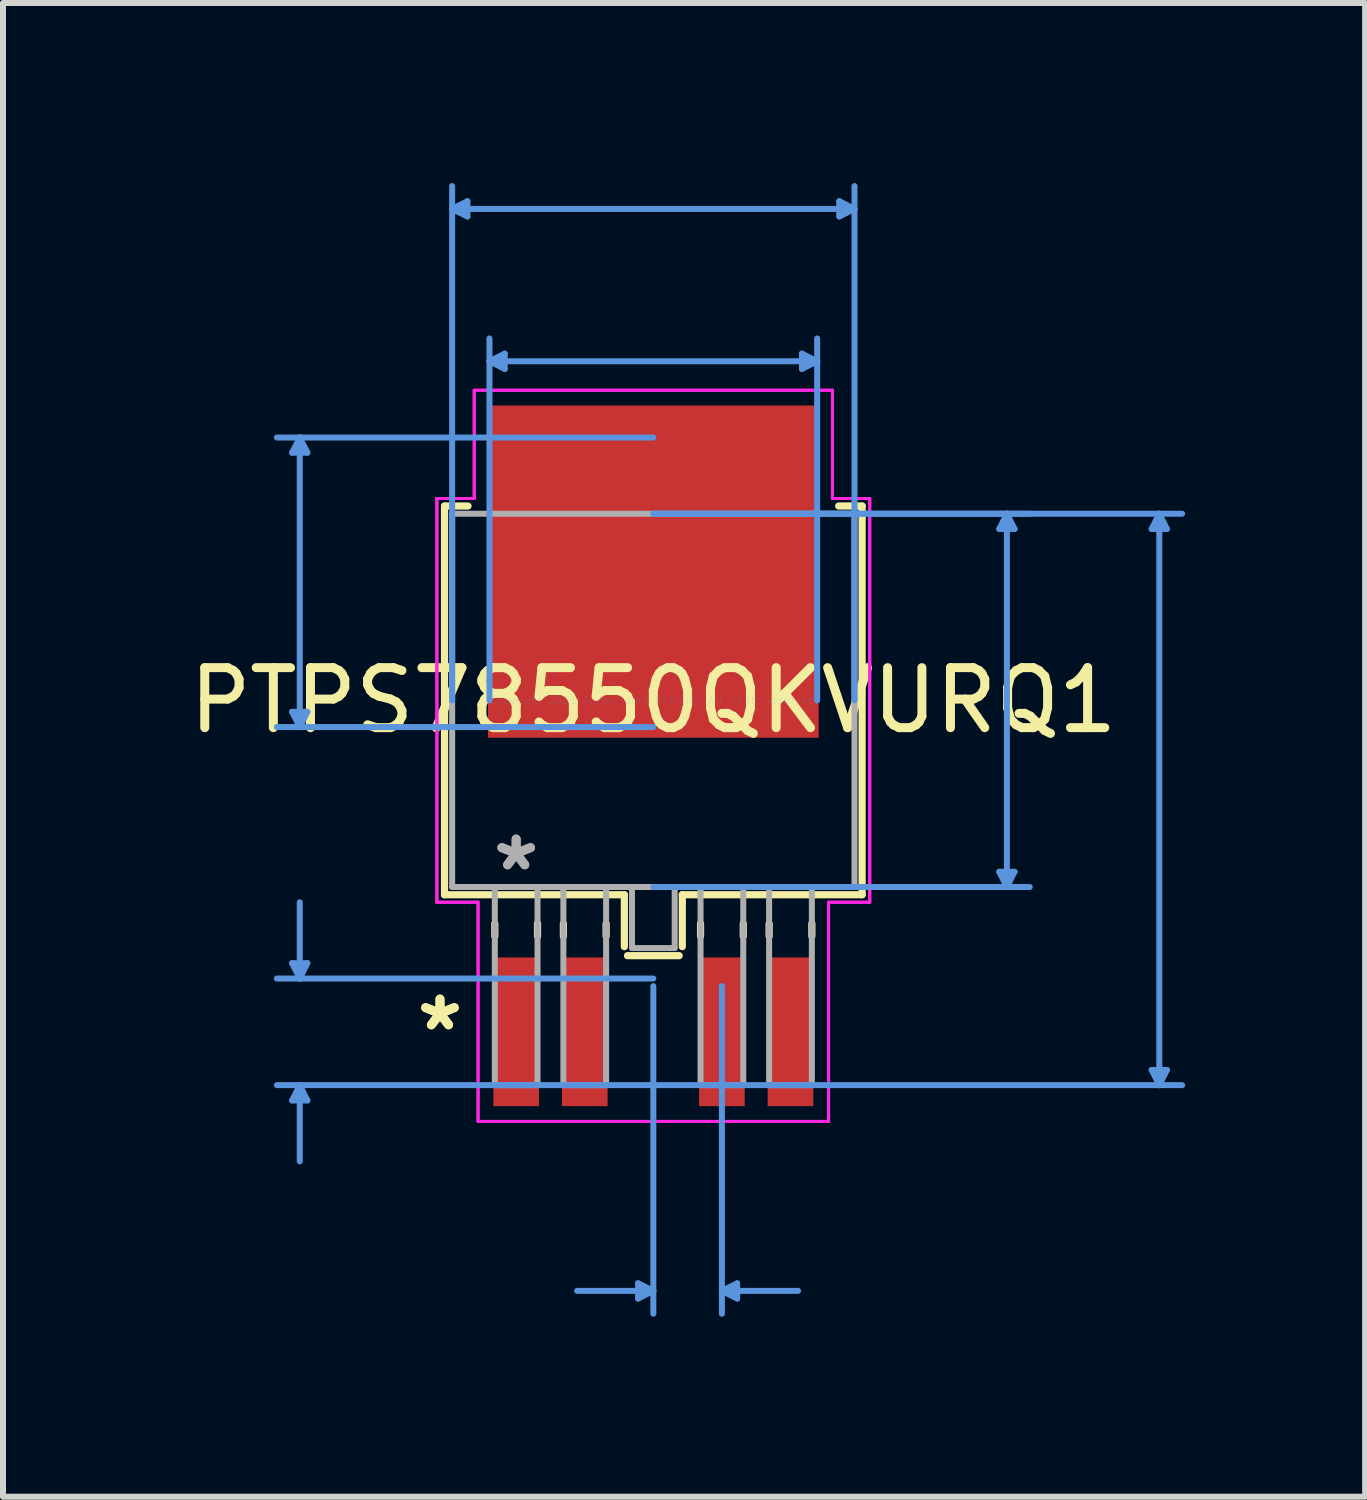
<source format=kicad_pcb>
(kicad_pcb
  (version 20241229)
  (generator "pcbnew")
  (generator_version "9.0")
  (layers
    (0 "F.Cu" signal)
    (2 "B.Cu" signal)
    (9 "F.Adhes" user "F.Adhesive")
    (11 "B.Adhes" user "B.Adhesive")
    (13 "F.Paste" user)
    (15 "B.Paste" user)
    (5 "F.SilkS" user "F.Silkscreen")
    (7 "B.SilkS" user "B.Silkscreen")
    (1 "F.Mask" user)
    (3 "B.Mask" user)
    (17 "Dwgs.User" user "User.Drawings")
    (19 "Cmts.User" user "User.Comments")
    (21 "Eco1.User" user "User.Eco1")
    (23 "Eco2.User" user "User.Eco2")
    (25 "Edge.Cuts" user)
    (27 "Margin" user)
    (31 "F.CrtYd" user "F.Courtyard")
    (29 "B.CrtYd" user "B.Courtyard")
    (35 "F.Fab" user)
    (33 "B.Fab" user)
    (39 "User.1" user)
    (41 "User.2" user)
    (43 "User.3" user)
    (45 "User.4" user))
  (footprint "PTPS78550QKVURQ1"
    (layer "F.Cu")
    (at 7.839 8.623)
    (property "Reference" "PTPS78550QKVURQ1" (at 0 0 0) (layer "F.SilkS") (effects (font (size 1 1) (thickness 0.15))))
    (attr through_hole)
    (fp_line (start -3.48 -3.239) (end -3.48 3.239) (stroke (width 0.12) (type solid)) (layer "F.SilkS"))
    (fp_line (start -3.48 3.239) (end -0.483 3.239) (stroke (width 0.12) (type solid)) (layer "F.SilkS"))
    (fp_line (start -3.089 -3.239) (end -3.48 -3.239) (stroke (width 0.12) (type solid)) (layer "F.SilkS"))
    (fp_line (start -2.642 3.721) (end -2.642 3.93) (stroke (width 0.12) (type solid)) (layer "F.SilkS"))
    (fp_line (start -1.93 3.721) (end -1.93 3.93) (stroke (width 0.12) (type solid)) (layer "F.SilkS"))
    (fp_line (start -1.499 3.721) (end -1.499 3.93) (stroke (width 0.12) (type solid)) (layer "F.SilkS"))
    (fp_line (start -0.787 3.721) (end -0.787 3.93) (stroke (width 0.12) (type solid)) (layer "F.SilkS"))
    (fp_line (start -0.483 3.239) (end -0.483 4.105) (stroke (width 0.12) (type solid)) (layer "F.SilkS"))
    (fp_line (start -0.431 4.255) (end 0.431 4.255) (stroke (width 0.12) (type solid)) (layer "F.SilkS"))
    (fp_line (start 0.483 3.239) (end 3.48 3.239) (stroke (width 0.12) (type solid)) (layer "F.SilkS"))
    (fp_line (start 0.483 4.105) (end 0.483 3.239) (stroke (width 0.12) (type solid)) (layer "F.SilkS"))
    (fp_line (start 0.787 3.721) (end 0.787 3.93) (stroke (width 0.12) (type solid)) (layer "F.SilkS"))
    (fp_line (start 1.499 3.721) (end 1.499 3.93) (stroke (width 0.12) (type solid)) (layer "F.SilkS"))
    (fp_line (start 1.93 3.721) (end 1.93 3.93) (stroke (width 0.12) (type solid)) (layer "F.SilkS"))
    (fp_line (start 2.642 3.721) (end 2.642 3.93) (stroke (width 0.12) (type solid)) (layer "F.SilkS"))
    (fp_line (start 3.48 -3.239) (end 3.089 -3.239) (stroke (width 0.12) (type solid)) (layer "F.SilkS"))
    (fp_line (start 3.48 3.239) (end 3.48 -3.239) (stroke (width 0.12) (type solid)) (layer "F.SilkS"))
    (fp_line (start -6.02 -4.128) (end -5.766 -4.128) (stroke (width 0.1) (type solid)) (layer "Cmts.User"))
    (fp_line (start -6.02 0.191) (end -5.766 0.191) (stroke (width 0.1) (type solid)) (layer "Cmts.User"))
    (fp_line (start -6.02 4.381) (end -5.766 4.381) (stroke (width 0.1) (type solid)) (layer "Cmts.User"))
    (fp_line (start -6.02 6.668) (end -5.766 6.668) (stroke (width 0.1) (type solid)) (layer "Cmts.User"))
    (fp_line (start -5.893 -4.381) (end -6.02 -4.128) (stroke (width 0.1) (type solid)) (layer "Cmts.User"))
    (fp_line (start -5.893 -4.381) (end -5.893 0.445) (stroke (width 0.1) (type solid)) (layer "Cmts.User"))
    (fp_line (start -5.893 -4.381) (end -5.766 -4.128) (stroke (width 0.1) (type solid)) (layer "Cmts.User"))
    (fp_line (start -5.893 0.445) (end -6.02 0.191) (stroke (width 0.1) (type solid)) (layer "Cmts.User"))
    (fp_line (start -5.893 0.445) (end -5.766 0.191) (stroke (width 0.1) (type solid)) (layer "Cmts.User"))
    (fp_line (start -5.893 4.636) (end -6.02 4.381) (stroke (width 0.1) (type solid)) (layer "Cmts.User"))
    (fp_line (start -5.893 4.636) (end -5.893 3.365) (stroke (width 0.1) (type solid)) (layer "Cmts.User"))
    (fp_line (start -5.893 4.636) (end -5.766 4.381) (stroke (width 0.1) (type solid)) (layer "Cmts.User"))
    (fp_line (start -5.893 6.413) (end -6.02 6.668) (stroke (width 0.1) (type solid)) (layer "Cmts.User"))
    (fp_line (start -5.893 6.413) (end -5.893 7.684) (stroke (width 0.1) (type solid)) (layer "Cmts.User"))
    (fp_line (start -5.893 6.413) (end -5.766 6.668) (stroke (width 0.1) (type solid)) (layer "Cmts.User"))
    (fp_line (start -3.353 -8.191) (end -3.099 -8.319) (stroke (width 0.1) (type solid)) (layer "Cmts.User"))
    (fp_line (start -3.353 -8.191) (end -3.099 -8.065) (stroke (width 0.1) (type solid)) (layer "Cmts.User"))
    (fp_line (start -3.353 -8.191) (end 3.353 -8.191) (stroke (width 0.1) (type solid)) (layer "Cmts.User"))
    (fp_line (start -3.353 0) (end -3.353 -8.572) (stroke (width 0.1) (type solid)) (layer "Cmts.User"))
    (fp_line (start -3.099 -8.319) (end -3.099 -8.065) (stroke (width 0.1) (type solid)) (layer "Cmts.User"))
    (fp_line (start -2.731 -5.652) (end -2.477 -5.779) (stroke (width 0.1) (type solid)) (layer "Cmts.User"))
    (fp_line (start -2.731 -5.652) (end -2.477 -5.524) (stroke (width 0.1) (type solid)) (layer "Cmts.User"))
    (fp_line (start -2.731 -5.652) (end 2.731 -5.652) (stroke (width 0.1) (type solid)) (layer "Cmts.User"))
    (fp_line (start -2.731 0) (end -2.731 -6.032) (stroke (width 0.1) (type solid)) (layer "Cmts.User"))
    (fp_line (start -2.477 -5.779) (end -2.477 -5.524) (stroke (width 0.1) (type solid)) (layer "Cmts.User"))
    (fp_line (start -0.254 9.716) (end -0.254 9.97) (stroke (width 0.1) (type solid)) (layer "Cmts.User"))
    (fp_line (start 0 -4.381) (end -6.274 -4.381) (stroke (width 0.1) (type solid)) (layer "Cmts.User"))
    (fp_line (start 0 -3.111) (end 6.274 -3.111) (stroke (width 0.1) (type solid)) (layer "Cmts.User"))
    (fp_line (start 0 -3.111) (end 8.814 -3.111) (stroke (width 0.1) (type solid)) (layer "Cmts.User"))
    (fp_line (start 0 0.445) (end -6.274 0.445) (stroke (width 0.1) (type solid)) (layer "Cmts.User"))
    (fp_line (start 0 3.111) (end 6.274 3.111) (stroke (width 0.1) (type solid)) (layer "Cmts.User"))
    (fp_line (start 0 4.636) (end -6.274 4.636) (stroke (width 0.1) (type solid)) (layer "Cmts.User"))
    (fp_line (start 0 4.763) (end 0 10.223) (stroke (width 0.1) (type solid)) (layer "Cmts.User"))
    (fp_line (start 0 6.413) (end -6.274 6.413) (stroke (width 0.1) (type solid)) (layer "Cmts.User"))
    (fp_line (start 0 6.413) (end 8.814 6.413) (stroke (width 0.1) (type solid)) (layer "Cmts.User"))
    (fp_line (start 0 9.842) (end -1.27 9.842) (stroke (width 0.1) (type solid)) (layer "Cmts.User"))
    (fp_line (start 0 9.842) (end -0.254 9.716) (stroke (width 0.1) (type solid)) (layer "Cmts.User"))
    (fp_line (start 0 9.842) (end -0.254 9.97) (stroke (width 0.1) (type solid)) (layer "Cmts.User"))
    (fp_line (start 1.143 4.763) (end 1.143 10.223) (stroke (width 0.1) (type solid)) (layer "Cmts.User"))
    (fp_line (start 1.143 9.842) (end 1.397 9.716) (stroke (width 0.1) (type solid)) (layer "Cmts.User"))
    (fp_line (start 1.143 9.842) (end 1.397 9.97) (stroke (width 0.1) (type solid)) (layer "Cmts.User"))
    (fp_line (start 1.143 9.842) (end 2.413 9.842) (stroke (width 0.1) (type solid)) (layer "Cmts.User"))
    (fp_line (start 1.397 9.716) (end 1.397 9.97) (stroke (width 0.1) (type solid)) (layer "Cmts.User"))
    (fp_line (start 2.477 -5.779) (end 2.477 -5.524) (stroke (width 0.1) (type solid)) (layer "Cmts.User"))
    (fp_line (start 2.731 -5.652) (end 2.477 -5.779) (stroke (width 0.1) (type solid)) (layer "Cmts.User"))
    (fp_line (start 2.731 -5.652) (end 2.477 -5.524) (stroke (width 0.1) (type solid)) (layer "Cmts.User"))
    (fp_line (start 2.731 0) (end 2.731 -6.032) (stroke (width 0.1) (type solid)) (layer "Cmts.User"))
    (fp_line (start 3.099 -8.319) (end 3.099 -8.065) (stroke (width 0.1) (type solid)) (layer "Cmts.User"))
    (fp_line (start 3.353 -8.191) (end 3.099 -8.319) (stroke (width 0.1) (type solid)) (layer "Cmts.User"))
    (fp_line (start 3.353 -8.191) (end 3.099 -8.065) (stroke (width 0.1) (type solid)) (layer "Cmts.User"))
    (fp_line (start 3.353 0) (end 3.353 -8.572) (stroke (width 0.1) (type solid)) (layer "Cmts.User"))
    (fp_line (start 5.766 -2.857) (end 6.02 -2.857) (stroke (width 0.1) (type solid)) (layer "Cmts.User"))
    (fp_line (start 5.766 2.857) (end 6.02 2.857) (stroke (width 0.1) (type solid)) (layer "Cmts.User"))
    (fp_line (start 5.893 -3.111) (end 5.766 -2.857) (stroke (width 0.1) (type solid)) (layer "Cmts.User"))
    (fp_line (start 5.893 -3.111) (end 5.893 3.111) (stroke (width 0.1) (type solid)) (layer "Cmts.User"))
    (fp_line (start 5.893 -3.111) (end 6.02 -2.857) (stroke (width 0.1) (type solid)) (layer "Cmts.User"))
    (fp_line (start 5.893 3.111) (end 5.766 2.857) (stroke (width 0.1) (type solid)) (layer "Cmts.User"))
    (fp_line (start 5.893 3.111) (end 6.02 2.857) (stroke (width 0.1) (type solid)) (layer "Cmts.User"))
    (fp_line (start 8.306 -2.857) (end 8.56 -2.857) (stroke (width 0.1) (type solid)) (layer "Cmts.User"))
    (fp_line (start 8.306 6.16) (end 8.56 6.16) (stroke (width 0.1) (type solid)) (layer "Cmts.User"))
    (fp_line (start 8.433 -3.111) (end 8.306 -2.857) (stroke (width 0.1) (type solid)) (layer "Cmts.User"))
    (fp_line (start 8.433 -3.111) (end 8.433 6.413) (stroke (width 0.1) (type solid)) (layer "Cmts.User"))
    (fp_line (start 8.433 -3.111) (end 8.56 -2.857) (stroke (width 0.1) (type solid)) (layer "Cmts.User"))
    (fp_line (start 8.433 6.413) (end 8.306 6.16) (stroke (width 0.1) (type solid)) (layer "Cmts.User"))
    (fp_line (start 8.433 6.413) (end 8.56 6.16) (stroke (width 0.1) (type solid)) (layer "Cmts.User"))
    (fp_line (start -3.607 -3.365) (end -2.985 -3.365) (stroke (width 0.05) (type solid)) (layer "F.CrtYd"))
    (fp_line (start -3.607 -3.365) (end -2.985 -3.365) (stroke (width 0.05) (type solid)) (layer "F.CrtYd"))
    (fp_line (start -3.607 3.365) (end -3.607 -3.365) (stroke (width 0.05) (type solid)) (layer "F.CrtYd"))
    (fp_line (start -3.607 3.365) (end -3.607 -3.365) (stroke (width 0.05) (type solid)) (layer "F.CrtYd"))
    (fp_line (start -2.985 -5.169) (end 2.985 -5.169) (stroke (width 0.05) (type solid)) (layer "F.CrtYd"))
    (fp_line (start -2.985 -5.169) (end 2.985 -5.169) (stroke (width 0.05) (type solid)) (layer "F.CrtYd"))
    (fp_line (start -2.985 -3.365) (end -2.985 -5.169) (stroke (width 0.05) (type solid)) (layer "F.CrtYd"))
    (fp_line (start -2.985 -3.365) (end -2.985 -5.169) (stroke (width 0.05) (type solid)) (layer "F.CrtYd"))
    (fp_line (start -2.921 3.365) (end -3.607 3.365) (stroke (width 0.05) (type solid)) (layer "F.CrtYd"))
    (fp_line (start -2.921 3.365) (end -3.607 3.365) (stroke (width 0.05) (type solid)) (layer "F.CrtYd"))
    (fp_line (start -2.921 7.018) (end -2.921 3.365) (stroke (width 0.05) (type solid)) (layer "F.CrtYd"))
    (fp_line (start -2.921 7.018) (end -2.921 3.365) (stroke (width 0.05) (type solid)) (layer "F.CrtYd"))
    (fp_line (start 2.921 3.365) (end 2.921 7.018) (stroke (width 0.05) (type solid)) (layer "F.CrtYd"))
    (fp_line (start 2.921 3.365) (end 2.921 7.018) (stroke (width 0.05) (type solid)) (layer "F.CrtYd"))
    (fp_line (start 2.921 7.018) (end -2.921 7.018) (stroke (width 0.05) (type solid)) (layer "F.CrtYd"))
    (fp_line (start 2.921 7.018) (end -2.921 7.018) (stroke (width 0.05) (type solid)) (layer "F.CrtYd"))
    (fp_line (start 2.985 -5.169) (end 2.985 -3.365) (stroke (width 0.05) (type solid)) (layer "F.CrtYd"))
    (fp_line (start 2.985 -5.169) (end 2.985 -3.365) (stroke (width 0.05) (type solid)) (layer "F.CrtYd"))
    (fp_line (start 2.985 -3.365) (end 3.607 -3.365) (stroke (width 0.05) (type solid)) (layer "F.CrtYd"))
    (fp_line (start 2.985 -3.365) (end 3.607 -3.365) (stroke (width 0.05) (type solid)) (layer "F.CrtYd"))
    (fp_line (start 3.607 -3.365) (end 3.607 3.365) (stroke (width 0.05) (type solid)) (layer "F.CrtYd"))
    (fp_line (start 3.607 -3.365) (end 3.607 3.365) (stroke (width 0.05) (type solid)) (layer "F.CrtYd"))
    (fp_line (start 3.607 3.365) (end 2.921 3.365) (stroke (width 0.05) (type solid)) (layer "F.CrtYd"))
    (fp_line (start 3.607 3.365) (end 2.921 3.365) (stroke (width 0.05) (type solid)) (layer "F.CrtYd"))
    (fp_line (start -3.353 -3.111) (end -3.353 3.111) (stroke (width 0.1) (type solid)) (layer "F.Fab"))
    (fp_line (start -3.353 3.111) (end 3.353 3.111) (stroke (width 0.1) (type solid)) (layer "F.Fab"))
    (fp_line (start -2.642 3.111) (end -2.642 6.413) (stroke (width 0.1) (type solid)) (layer "F.Fab"))
    (fp_line (start -2.642 6.413) (end -1.93 6.413) (stroke (width 0.1) (type solid)) (layer "F.Fab"))
    (fp_line (start -1.93 3.111) (end -2.642 3.111) (stroke (width 0.1) (type solid)) (layer "F.Fab"))
    (fp_line (start -1.93 6.413) (end -1.93 3.111) (stroke (width 0.1) (type solid)) (layer "F.Fab"))
    (fp_line (start -1.499 3.111) (end -1.499 6.413) (stroke (width 0.1) (type solid)) (layer "F.Fab"))
    (fp_line (start -1.499 6.413) (end -0.787 6.413) (stroke (width 0.1) (type solid)) (layer "F.Fab"))
    (fp_line (start -0.787 3.111) (end -1.499 3.111) (stroke (width 0.1) (type solid)) (layer "F.Fab"))
    (fp_line (start -0.787 6.413) (end -0.787 3.111) (stroke (width 0.1) (type solid)) (layer "F.Fab"))
    (fp_line (start -0.356 3.111) (end -0.356 4.128) (stroke (width 0.1) (type solid)) (layer "F.Fab"))
    (fp_line (start -0.356 4.128) (end 0.356 4.128) (stroke (width 0.1) (type solid)) (layer "F.Fab"))
    (fp_line (start 0.356 3.111) (end -0.356 3.111) (stroke (width 0.1) (type solid)) (layer "F.Fab"))
    (fp_line (start 0.356 4.128) (end 0.356 3.111) (stroke (width 0.1) (type solid)) (layer "F.Fab"))
    (fp_line (start 0.787 3.111) (end 0.787 6.413) (stroke (width 0.1) (type solid)) (layer "F.Fab"))
    (fp_line (start 0.787 6.413) (end 1.499 6.413) (stroke (width 0.1) (type solid)) (layer "F.Fab"))
    (fp_line (start 1.499 3.111) (end 0.787 3.111) (stroke (width 0.1) (type solid)) (layer "F.Fab"))
    (fp_line (start 1.499 6.413) (end 1.499 3.111) (stroke (width 0.1) (type solid)) (layer "F.Fab"))
    (fp_line (start 1.93 3.111) (end 1.93 6.413) (stroke (width 0.1) (type solid)) (layer "F.Fab"))
    (fp_line (start 1.93 6.413) (end 2.642 6.413) (stroke (width 0.1) (type solid)) (layer "F.Fab"))
    (fp_line (start 2.642 3.111) (end 1.93 3.111) (stroke (width 0.1) (type solid)) (layer "F.Fab"))
    (fp_line (start 2.642 6.413) (end 2.642 3.111) (stroke (width 0.1) (type solid)) (layer "F.Fab"))
    (fp_line (start 3.353 -3.111) (end -3.353 -3.111) (stroke (width 0.1) (type solid)) (layer "F.Fab"))
    (fp_line (start 3.353 3.111) (end 3.353 -3.111) (stroke (width 0.1) (type solid)) (layer "F.Fab"))
    (fp_text user "*" (at -3.556 5.524 0) (layer "F.SilkS") (effects (font (size 1 1) (thickness 0.15))))
    (fp_text user "*" (at -3.556 5.524 0) (layer "F.SilkS") (effects (font (size 1 1) (thickness 0.15))))
    (fp_text user "Copyright 2021 Accelerated Designs. All rights reserved." (at 0 0 0) (layer "Cmts.User") (effects (font (size 0.127 0.127) (thickness 0.002))))
    (fp_text user "*" (at -2.286 2.857 0) (layer "F.Fab") (effects (font (size 1 1) (thickness 0.15))))
    (fp_text user "*" (at -2.286 2.857 0) (layer "F.Fab") (effects (font (size 1 1) (thickness 0.15))))
    (pad "1" smd rect (at -2.286 5.524) (size 0.761 2.478) (layers "F.Cu" "F.Mask" "F.Paste"))
    (pad "2" smd rect (at -1.143 5.524) (size 0.761 2.478) (layers "F.Cu" "F.Mask" "F.Paste"))
    (pad "3" smd rect (at 0 -2.146) (size 5.512 5.537) (layers "F.Cu" "F.Mask" "F.Paste"))
    (pad "4" smd rect (at 1.143 5.524) (size 0.761 2.478) (layers "F.Cu" "F.Mask" "F.Paste"))
    (pad "5" smd rect (at 2.286 5.524) (size 0.761 2.478) (layers "F.Cu" "F.Mask" "F.Paste")))
  (gr_rect
    (start -3 -3)
    (end 19.703 21.896)
    (stroke (width 0.1) (type default))
    (fill no)
    (layer "Edge.Cuts")))
</source>
